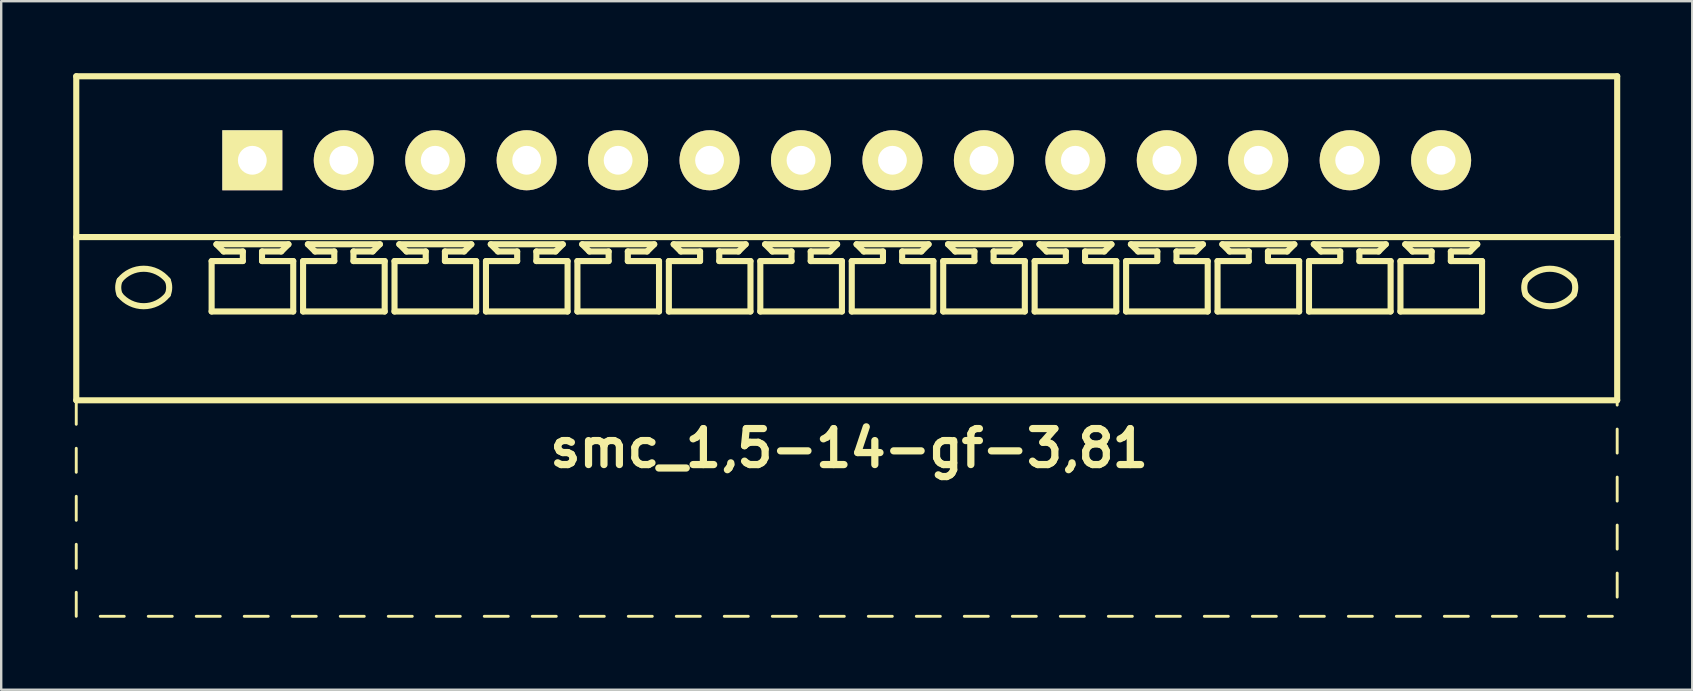
<source format=kicad_pcb>
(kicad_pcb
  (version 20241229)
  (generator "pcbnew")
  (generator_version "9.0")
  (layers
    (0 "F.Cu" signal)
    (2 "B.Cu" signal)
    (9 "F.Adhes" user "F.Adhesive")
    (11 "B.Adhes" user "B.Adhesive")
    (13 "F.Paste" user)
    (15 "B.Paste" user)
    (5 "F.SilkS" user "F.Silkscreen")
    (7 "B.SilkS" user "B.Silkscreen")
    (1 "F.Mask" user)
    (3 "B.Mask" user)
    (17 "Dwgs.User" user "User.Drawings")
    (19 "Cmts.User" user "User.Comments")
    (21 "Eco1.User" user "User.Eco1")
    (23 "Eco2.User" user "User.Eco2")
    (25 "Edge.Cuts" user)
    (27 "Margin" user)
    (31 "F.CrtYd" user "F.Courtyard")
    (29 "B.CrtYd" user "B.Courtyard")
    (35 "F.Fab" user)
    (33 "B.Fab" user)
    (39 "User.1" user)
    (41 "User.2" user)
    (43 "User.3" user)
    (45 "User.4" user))
  (footprint "smc_1,5-14-gf-3,81"
    (layer "F.Cu")
    (at 32.227 3.627)
    (property "Reference" "smc_1,5-14-gf-3,81" (at 0.1 12 0) (layer "F.SilkS") (effects (font (size 1.5 1.5) (thickness 0.3))))
    (attr through_hole)
    (fp_line (start -32.1 -3.5) (end -32.1 10) (stroke (width 0.254) (type solid)) (layer "F.SilkS"))
    (fp_line (start -32.1 -3.5) (end 32.1 -3.5) (stroke (width 0.254) (type solid)) (layer "F.SilkS"))
    (fp_line (start -32.1 3.2) (end 32.1 3.2) (stroke (width 0.254) (type solid)) (layer "F.SilkS"))
    (fp_line (start -32.1 10) (end -32.1 11) (stroke (width 0.12) (type solid)) (layer "F.SilkS"))
    (fp_line (start -32.1 10) (end 32.1 10) (stroke (width 0.254) (type solid)) (layer "F.SilkS"))
    (fp_line (start -32.1 12) (end -32.1 13) (stroke (width 0.12) (type solid)) (layer "F.SilkS"))
    (fp_line (start -32.1 14) (end -32.1 15) (stroke (width 0.12) (type solid)) (layer "F.SilkS"))
    (fp_line (start -32.1 16) (end -32.1 17) (stroke (width 0.12) (type solid)) (layer "F.SilkS"))
    (fp_line (start -32.1 18) (end -32.1 19) (stroke (width 0.12) (type solid)) (layer "F.SilkS"))
    (fp_line (start -31.1 19) (end -30.1 19) (stroke (width 0.12) (type solid)) (layer "F.SilkS"))
    (fp_line (start -29.1 19) (end -28.1 19) (stroke (width 0.12) (type solid)) (layer "F.SilkS"))
    (fp_line (start -27.1 19) (end -26.1 19) (stroke (width 0.12) (type solid)) (layer "F.SilkS"))
    (fp_line (start -26.46 4.2) (end -25.16 4.2) (stroke (width 0.254) (type solid)) (layer "F.SilkS"))
    (fp_line (start -26.46 6.3) (end -26.46 4.2) (stroke (width 0.254) (type solid)) (layer "F.SilkS"))
    (fp_line (start -26.26 3.5) (end -23.26 3.5) (stroke (width 0.254) (type solid)) (layer "F.SilkS"))
    (fp_line (start -25.96 3.8) (end -26.26 3.5) (stroke (width 0.254) (type solid)) (layer "F.SilkS"))
    (fp_line (start -25.16 3.8) (end -25.96 3.8) (stroke (width 0.254) (type solid)) (layer "F.SilkS"))
    (fp_line (start -25.16 4.2) (end -25.16 3.8) (stroke (width 0.254) (type solid)) (layer "F.SilkS"))
    (fp_line (start -25.1 19) (end -24.1 19) (stroke (width 0.12) (type solid)) (layer "F.SilkS"))
    (fp_line (start -24.36 3.8) (end -24.36 4.2) (stroke (width 0.254) (type solid)) (layer "F.SilkS"))
    (fp_line (start -24.36 4.2) (end -23.06 4.2) (stroke (width 0.254) (type solid)) (layer "F.SilkS"))
    (fp_line (start -23.56 3.8) (end -24.36 3.8) (stroke (width 0.254) (type solid)) (layer "F.SilkS"))
    (fp_line (start -23.56 3.8) (end -23.26 3.5) (stroke (width 0.254) (type solid)) (layer "F.SilkS"))
    (fp_line (start -23.1 19) (end -22.1 19) (stroke (width 0.12) (type solid)) (layer "F.SilkS"))
    (fp_line (start -23.06 4.2) (end -23.06 6.3) (stroke (width 0.254) (type solid)) (layer "F.SilkS"))
    (fp_line (start -23.06 6.3) (end -26.46 6.3) (stroke (width 0.254) (type solid)) (layer "F.SilkS"))
    (fp_line (start -22.65 4.2) (end -21.35 4.2) (stroke (width 0.254) (type solid)) (layer "F.SilkS"))
    (fp_line (start -22.65 6.3) (end -22.65 4.2) (stroke (width 0.254) (type solid)) (layer "F.SilkS"))
    (fp_line (start -22.45 3.5) (end -19.45 3.5) (stroke (width 0.254) (type solid)) (layer "F.SilkS"))
    (fp_line (start -22.15 3.8) (end -22.45 3.5) (stroke (width 0.254) (type solid)) (layer "F.SilkS"))
    (fp_line (start -21.35 3.8) (end -22.15 3.8) (stroke (width 0.254) (type solid)) (layer "F.SilkS"))
    (fp_line (start -21.35 4.2) (end -21.35 3.8) (stroke (width 0.254) (type solid)) (layer "F.SilkS"))
    (fp_line (start -21.1 19) (end -20.1 19) (stroke (width 0.12) (type solid)) (layer "F.SilkS"))
    (fp_line (start -20.55 3.8) (end -20.55 4.2) (stroke (width 0.254) (type solid)) (layer "F.SilkS"))
    (fp_line (start -20.55 4.2) (end -19.25 4.2) (stroke (width 0.254) (type solid)) (layer "F.SilkS"))
    (fp_line (start -19.75 3.8) (end -20.55 3.8) (stroke (width 0.254) (type solid)) (layer "F.SilkS"))
    (fp_line (start -19.75 3.8) (end -19.45 3.5) (stroke (width 0.254) (type solid)) (layer "F.SilkS"))
    (fp_line (start -19.25 4.2) (end -19.25 6.3) (stroke (width 0.254) (type solid)) (layer "F.SilkS"))
    (fp_line (start -19.25 6.3) (end -22.65 6.3) (stroke (width 0.254) (type solid)) (layer "F.SilkS"))
    (fp_line (start -19.1 19) (end -18.1 19) (stroke (width 0.12) (type solid)) (layer "F.SilkS"))
    (fp_line (start -18.84 4.2) (end -17.54 4.2) (stroke (width 0.254) (type solid)) (layer "F.SilkS"))
    (fp_line (start -18.84 6.3) (end -18.84 4.2) (stroke (width 0.254) (type solid)) (layer "F.SilkS"))
    (fp_line (start -18.64 3.5) (end -15.64 3.5) (stroke (width 0.254) (type solid)) (layer "F.SilkS"))
    (fp_line (start -18.34 3.8) (end -18.64 3.5) (stroke (width 0.254) (type solid)) (layer "F.SilkS"))
    (fp_line (start -17.54 3.8) (end -18.34 3.8) (stroke (width 0.254) (type solid)) (layer "F.SilkS"))
    (fp_line (start -17.54 4.2) (end -17.54 3.8) (stroke (width 0.254) (type solid)) (layer "F.SilkS"))
    (fp_line (start -17.1 19) (end -16.1 19) (stroke (width 0.12) (type solid)) (layer "F.SilkS"))
    (fp_line (start -16.74 3.8) (end -16.74 4.2) (stroke (width 0.254) (type solid)) (layer "F.SilkS"))
    (fp_line (start -16.74 4.2) (end -15.44 4.2) (stroke (width 0.254) (type solid)) (layer "F.SilkS"))
    (fp_line (start -15.94 3.8) (end -16.74 3.8) (stroke (width 0.254) (type solid)) (layer "F.SilkS"))
    (fp_line (start -15.94 3.8) (end -15.64 3.5) (stroke (width 0.254) (type solid)) (layer "F.SilkS"))
    (fp_line (start -15.44 4.2) (end -15.44 6.3) (stroke (width 0.254) (type solid)) (layer "F.SilkS"))
    (fp_line (start -15.44 6.3) (end -18.84 6.3) (stroke (width 0.254) (type solid)) (layer "F.SilkS"))
    (fp_line (start -15.1 19) (end -14.1 19) (stroke (width 0.12) (type solid)) (layer "F.SilkS"))
    (fp_line (start -15.03 4.2) (end -13.73 4.2) (stroke (width 0.254) (type solid)) (layer "F.SilkS"))
    (fp_line (start -15.03 6.3) (end -15.03 4.2) (stroke (width 0.254) (type solid)) (layer "F.SilkS"))
    (fp_line (start -14.83 3.5) (end -11.83 3.5) (stroke (width 0.254) (type solid)) (layer "F.SilkS"))
    (fp_line (start -14.53 3.8) (end -14.83 3.5) (stroke (width 0.254) (type solid)) (layer "F.SilkS"))
    (fp_line (start -13.73 3.8) (end -14.53 3.8) (stroke (width 0.254) (type solid)) (layer "F.SilkS"))
    (fp_line (start -13.73 4.2) (end -13.73 3.8) (stroke (width 0.254) (type solid)) (layer "F.SilkS"))
    (fp_line (start -13.1 19) (end -12.1 19) (stroke (width 0.12) (type solid)) (layer "F.SilkS"))
    (fp_line (start -12.93 3.8) (end -12.93 4.2) (stroke (width 0.254) (type solid)) (layer "F.SilkS"))
    (fp_line (start -12.93 4.2) (end -11.63 4.2) (stroke (width 0.254) (type solid)) (layer "F.SilkS"))
    (fp_line (start -12.13 3.8) (end -12.93 3.8) (stroke (width 0.254) (type solid)) (layer "F.SilkS"))
    (fp_line (start -12.13 3.8) (end -11.83 3.5) (stroke (width 0.254) (type solid)) (layer "F.SilkS"))
    (fp_line (start -11.63 4.2) (end -11.63 6.3) (stroke (width 0.254) (type solid)) (layer "F.SilkS"))
    (fp_line (start -11.63 6.3) (end -15.03 6.3) (stroke (width 0.254) (type solid)) (layer "F.SilkS"))
    (fp_line (start -11.22 4.2) (end -9.92 4.2) (stroke (width 0.254) (type solid)) (layer "F.SilkS"))
    (fp_line (start -11.22 6.3) (end -11.22 4.2) (stroke (width 0.254) (type solid)) (layer "F.SilkS"))
    (fp_line (start -11.1 19) (end -10.1 19) (stroke (width 0.12) (type solid)) (layer "F.SilkS"))
    (fp_line (start -11.02 3.5) (end -8.02 3.5) (stroke (width 0.254) (type solid)) (layer "F.SilkS"))
    (fp_line (start -10.72 3.8) (end -11.02 3.5) (stroke (width 0.254) (type solid)) (layer "F.SilkS"))
    (fp_line (start -9.92 3.8) (end -10.72 3.8) (stroke (width 0.254) (type solid)) (layer "F.SilkS"))
    (fp_line (start -9.92 4.2) (end -9.92 3.8) (stroke (width 0.254) (type solid)) (layer "F.SilkS"))
    (fp_line (start -9.12 3.8) (end -9.12 4.2) (stroke (width 0.254) (type solid)) (layer "F.SilkS"))
    (fp_line (start -9.12 4.2) (end -7.82 4.2) (stroke (width 0.254) (type solid)) (layer "F.SilkS"))
    (fp_line (start -9.1 19) (end -8.1 19) (stroke (width 0.12) (type solid)) (layer "F.SilkS"))
    (fp_line (start -8.32 3.8) (end -9.12 3.8) (stroke (width 0.254) (type solid)) (layer "F.SilkS"))
    (fp_line (start -8.32 3.8) (end -8.02 3.5) (stroke (width 0.254) (type solid)) (layer "F.SilkS"))
    (fp_line (start -7.82 4.2) (end -7.82 6.3) (stroke (width 0.254) (type solid)) (layer "F.SilkS"))
    (fp_line (start -7.82 6.3) (end -11.22 6.3) (stroke (width 0.254) (type solid)) (layer "F.SilkS"))
    (fp_line (start -7.41 4.2) (end -6.11 4.2) (stroke (width 0.254) (type solid)) (layer "F.SilkS"))
    (fp_line (start -7.41 6.3) (end -7.41 4.2) (stroke (width 0.254) (type solid)) (layer "F.SilkS"))
    (fp_line (start -7.21 3.5) (end -4.21 3.5) (stroke (width 0.254) (type solid)) (layer "F.SilkS"))
    (fp_line (start -7.1 19) (end -6.1 19) (stroke (width 0.12) (type solid)) (layer "F.SilkS"))
    (fp_line (start -6.91 3.8) (end -7.21 3.5) (stroke (width 0.254) (type solid)) (layer "F.SilkS"))
    (fp_line (start -6.11 3.8) (end -6.91 3.8) (stroke (width 0.254) (type solid)) (layer "F.SilkS"))
    (fp_line (start -6.11 4.2) (end -6.11 3.8) (stroke (width 0.254) (type solid)) (layer "F.SilkS"))
    (fp_line (start -5.31 3.8) (end -5.31 4.2) (stroke (width 0.254) (type solid)) (layer "F.SilkS"))
    (fp_line (start -5.31 4.2) (end -4.01 4.2) (stroke (width 0.254) (type solid)) (layer "F.SilkS"))
    (fp_line (start -5.1 19) (end -4.1 19) (stroke (width 0.12) (type solid)) (layer "F.SilkS"))
    (fp_line (start -4.51 3.8) (end -5.31 3.8) (stroke (width 0.254) (type solid)) (layer "F.SilkS"))
    (fp_line (start -4.51 3.8) (end -4.21 3.5) (stroke (width 0.254) (type solid)) (layer "F.SilkS"))
    (fp_line (start -4.01 4.2) (end -4.01 6.3) (stroke (width 0.254) (type solid)) (layer "F.SilkS"))
    (fp_line (start -4.01 6.3) (end -7.41 6.3) (stroke (width 0.254) (type solid)) (layer "F.SilkS"))
    (fp_line (start -3.6 4.2) (end -2.3 4.2) (stroke (width 0.254) (type solid)) (layer "F.SilkS"))
    (fp_line (start -3.6 6.3) (end -3.6 4.2) (stroke (width 0.254) (type solid)) (layer "F.SilkS"))
    (fp_line (start -3.4 3.5) (end -0.4 3.5) (stroke (width 0.254) (type solid)) (layer "F.SilkS"))
    (fp_line (start -3.1 3.8) (end -3.4 3.5) (stroke (width 0.254) (type solid)) (layer "F.SilkS"))
    (fp_line (start -3.1 19) (end -2.1 19) (stroke (width 0.12) (type solid)) (layer "F.SilkS"))
    (fp_line (start -2.3 3.8) (end -3.1 3.8) (stroke (width 0.254) (type solid)) (layer "F.SilkS"))
    (fp_line (start -2.3 4.2) (end -2.3 3.8) (stroke (width 0.254) (type solid)) (layer "F.SilkS"))
    (fp_line (start -1.5 3.8) (end -1.5 4.2) (stroke (width 0.254) (type solid)) (layer "F.SilkS"))
    (fp_line (start -1.5 4.2) (end -0.2 4.2) (stroke (width 0.254) (type solid)) (layer "F.SilkS"))
    (fp_line (start -1.1 19) (end -0.1 19) (stroke (width 0.12) (type solid)) (layer "F.SilkS"))
    (fp_line (start -0.7 3.8) (end -1.5 3.8) (stroke (width 0.254) (type solid)) (layer "F.SilkS"))
    (fp_line (start -0.7 3.8) (end -0.4 3.5) (stroke (width 0.254) (type solid)) (layer "F.SilkS"))
    (fp_line (start -0.2 4.2) (end -0.2 6.3) (stroke (width 0.254) (type solid)) (layer "F.SilkS"))
    (fp_line (start -0.2 6.3) (end -3.6 6.3) (stroke (width 0.254) (type solid)) (layer "F.SilkS"))
    (fp_line (start 0.21 4.2) (end 1.51 4.2) (stroke (width 0.254) (type solid)) (layer "F.SilkS"))
    (fp_line (start 0.21 6.3) (end 0.21 4.2) (stroke (width 0.254) (type solid)) (layer "F.SilkS"))
    (fp_line (start 0.41 3.5) (end 3.41 3.5) (stroke (width 0.254) (type solid)) (layer "F.SilkS"))
    (fp_line (start 0.71 3.8) (end 0.41 3.5) (stroke (width 0.254) (type solid)) (layer "F.SilkS"))
    (fp_line (start 0.9 19) (end 1.9 19) (stroke (width 0.12) (type solid)) (layer "F.SilkS"))
    (fp_line (start 1.51 3.8) (end 0.71 3.8) (stroke (width 0.254) (type solid)) (layer "F.SilkS"))
    (fp_line (start 1.51 4.2) (end 1.51 3.8) (stroke (width 0.254) (type solid)) (layer "F.SilkS"))
    (fp_line (start 2.31 3.8) (end 2.31 4.2) (stroke (width 0.254) (type solid)) (layer "F.SilkS"))
    (fp_line (start 2.31 4.2) (end 3.61 4.2) (stroke (width 0.254) (type solid)) (layer "F.SilkS"))
    (fp_line (start 2.9 19) (end 3.9 19) (stroke (width 0.12) (type solid)) (layer "F.SilkS"))
    (fp_line (start 3.11 3.8) (end 2.31 3.8) (stroke (width 0.254) (type solid)) (layer "F.SilkS"))
    (fp_line (start 3.11 3.8) (end 3.41 3.5) (stroke (width 0.254) (type solid)) (layer "F.SilkS"))
    (fp_line (start 3.61 4.2) (end 3.61 6.3) (stroke (width 0.254) (type solid)) (layer "F.SilkS"))
    (fp_line (start 3.61 6.3) (end 0.21 6.3) (stroke (width 0.254) (type solid)) (layer "F.SilkS"))
    (fp_line (start 4.02 4.2) (end 5.32 4.2) (stroke (width 0.254) (type solid)) (layer "F.SilkS"))
    (fp_line (start 4.02 6.3) (end 4.02 4.2) (stroke (width 0.254) (type solid)) (layer "F.SilkS"))
    (fp_line (start 4.22 3.5) (end 7.22 3.5) (stroke (width 0.254) (type solid)) (layer "F.SilkS"))
    (fp_line (start 4.52 3.8) (end 4.22 3.5) (stroke (width 0.254) (type solid)) (layer "F.SilkS"))
    (fp_line (start 4.9 19) (end 5.9 19) (stroke (width 0.12) (type solid)) (layer "F.SilkS"))
    (fp_line (start 5.32 3.8) (end 4.52 3.8) (stroke (width 0.254) (type solid)) (layer "F.SilkS"))
    (fp_line (start 5.32 4.2) (end 5.32 3.8) (stroke (width 0.254) (type solid)) (layer "F.SilkS"))
    (fp_line (start 6.12 3.8) (end 6.12 4.2) (stroke (width 0.254) (type solid)) (layer "F.SilkS"))
    (fp_line (start 6.12 4.2) (end 7.42 4.2) (stroke (width 0.254) (type solid)) (layer "F.SilkS"))
    (fp_line (start 6.9 19) (end 7.9 19) (stroke (width 0.12) (type solid)) (layer "F.SilkS"))
    (fp_line (start 6.92 3.8) (end 6.12 3.8) (stroke (width 0.254) (type solid)) (layer "F.SilkS"))
    (fp_line (start 6.92 3.8) (end 7.22 3.5) (stroke (width 0.254) (type solid)) (layer "F.SilkS"))
    (fp_line (start 7.42 4.2) (end 7.42 6.3) (stroke (width 0.254) (type solid)) (layer "F.SilkS"))
    (fp_line (start 7.42 6.3) (end 4.02 6.3) (stroke (width 0.254) (type solid)) (layer "F.SilkS"))
    (fp_line (start 7.83 4.2) (end 9.13 4.2) (stroke (width 0.254) (type solid)) (layer "F.SilkS"))
    (fp_line (start 7.83 6.3) (end 7.83 4.2) (stroke (width 0.254) (type solid)) (layer "F.SilkS"))
    (fp_line (start 8.03 3.5) (end 11.03 3.5) (stroke (width 0.254) (type solid)) (layer "F.SilkS"))
    (fp_line (start 8.33 3.8) (end 8.03 3.5) (stroke (width 0.254) (type solid)) (layer "F.SilkS"))
    (fp_line (start 8.9 19) (end 9.9 19) (stroke (width 0.12) (type solid)) (layer "F.SilkS"))
    (fp_line (start 9.13 3.8) (end 8.33 3.8) (stroke (width 0.254) (type solid)) (layer "F.SilkS"))
    (fp_line (start 9.13 4.2) (end 9.13 3.8) (stroke (width 0.254) (type solid)) (layer "F.SilkS"))
    (fp_line (start 9.93 3.8) (end 9.93 4.2) (stroke (width 0.254) (type solid)) (layer "F.SilkS"))
    (fp_line (start 9.93 4.2) (end 11.23 4.2) (stroke (width 0.254) (type solid)) (layer "F.SilkS"))
    (fp_line (start 10.73 3.8) (end 9.93 3.8) (stroke (width 0.254) (type solid)) (layer "F.SilkS"))
    (fp_line (start 10.73 3.8) (end 11.03 3.5) (stroke (width 0.254) (type solid)) (layer "F.SilkS"))
    (fp_line (start 10.9 19) (end 11.9 19) (stroke (width 0.12) (type solid)) (layer "F.SilkS"))
    (fp_line (start 11.23 4.2) (end 11.23 6.3) (stroke (width 0.254) (type solid)) (layer "F.SilkS"))
    (fp_line (start 11.23 6.3) (end 7.83 6.3) (stroke (width 0.254) (type solid)) (layer "F.SilkS"))
    (fp_line (start 11.64 4.2) (end 12.94 4.2) (stroke (width 0.254) (type solid)) (layer "F.SilkS"))
    (fp_line (start 11.64 6.3) (end 11.64 4.2) (stroke (width 0.254) (type solid)) (layer "F.SilkS"))
    (fp_line (start 11.84 3.5) (end 14.84 3.5) (stroke (width 0.254) (type solid)) (layer "F.SilkS"))
    (fp_line (start 12.14 3.8) (end 11.84 3.5) (stroke (width 0.254) (type solid)) (layer "F.SilkS"))
    (fp_line (start 12.9 19) (end 13.9 19) (stroke (width 0.12) (type solid)) (layer "F.SilkS"))
    (fp_line (start 12.94 3.8) (end 12.14 3.8) (stroke (width 0.254) (type solid)) (layer "F.SilkS"))
    (fp_line (start 12.94 4.2) (end 12.94 3.8) (stroke (width 0.254) (type solid)) (layer "F.SilkS"))
    (fp_line (start 13.74 3.8) (end 13.74 4.2) (stroke (width 0.254) (type solid)) (layer "F.SilkS"))
    (fp_line (start 13.74 4.2) (end 15.04 4.2) (stroke (width 0.254) (type solid)) (layer "F.SilkS"))
    (fp_line (start 14.54 3.8) (end 13.74 3.8) (stroke (width 0.254) (type solid)) (layer "F.SilkS"))
    (fp_line (start 14.54 3.8) (end 14.84 3.5) (stroke (width 0.254) (type solid)) (layer "F.SilkS"))
    (fp_line (start 14.9 19) (end 15.9 19) (stroke (width 0.12) (type solid)) (layer "F.SilkS"))
    (fp_line (start 15.04 4.2) (end 15.04 6.3) (stroke (width 0.254) (type solid)) (layer "F.SilkS"))
    (fp_line (start 15.04 6.3) (end 11.64 6.3) (stroke (width 0.254) (type solid)) (layer "F.SilkS"))
    (fp_line (start 15.45 4.2) (end 16.75 4.2) (stroke (width 0.254) (type solid)) (layer "F.SilkS"))
    (fp_line (start 15.45 6.3) (end 15.45 4.2) (stroke (width 0.254) (type solid)) (layer "F.SilkS"))
    (fp_line (start 15.65 3.5) (end 18.65 3.5) (stroke (width 0.254) (type solid)) (layer "F.SilkS"))
    (fp_line (start 15.95 3.8) (end 15.65 3.5) (stroke (width 0.254) (type solid)) (layer "F.SilkS"))
    (fp_line (start 16.75 3.8) (end 15.95 3.8) (stroke (width 0.254) (type solid)) (layer "F.SilkS"))
    (fp_line (start 16.75 4.2) (end 16.75 3.8) (stroke (width 0.254) (type solid)) (layer "F.SilkS"))
    (fp_line (start 16.9 19) (end 17.9 19) (stroke (width 0.12) (type solid)) (layer "F.SilkS"))
    (fp_line (start 17.55 3.8) (end 17.55 4.2) (stroke (width 0.254) (type solid)) (layer "F.SilkS"))
    (fp_line (start 17.55 4.2) (end 18.85 4.2) (stroke (width 0.254) (type solid)) (layer "F.SilkS"))
    (fp_line (start 18.35 3.8) (end 17.55 3.8) (stroke (width 0.254) (type solid)) (layer "F.SilkS"))
    (fp_line (start 18.35 3.8) (end 18.65 3.5) (stroke (width 0.254) (type solid)) (layer "F.SilkS"))
    (fp_line (start 18.85 4.2) (end 18.85 6.3) (stroke (width 0.254) (type solid)) (layer "F.SilkS"))
    (fp_line (start 18.85 6.3) (end 15.45 6.3) (stroke (width 0.254) (type solid)) (layer "F.SilkS"))
    (fp_line (start 18.9 19) (end 19.9 19) (stroke (width 0.12) (type solid)) (layer "F.SilkS"))
    (fp_line (start 19.26 4.2) (end 20.56 4.2) (stroke (width 0.254) (type solid)) (layer "F.SilkS"))
    (fp_line (start 19.26 6.3) (end 19.26 4.2) (stroke (width 0.254) (type solid)) (layer "F.SilkS"))
    (fp_line (start 19.46 3.5) (end 22.46 3.5) (stroke (width 0.254) (type solid)) (layer "F.SilkS"))
    (fp_line (start 19.76 3.8) (end 19.46 3.5) (stroke (width 0.254) (type solid)) (layer "F.SilkS"))
    (fp_line (start 20.56 3.8) (end 19.76 3.8) (stroke (width 0.254) (type solid)) (layer "F.SilkS"))
    (fp_line (start 20.56 4.2) (end 20.56 3.8) (stroke (width 0.254) (type solid)) (layer "F.SilkS"))
    (fp_line (start 20.9 19) (end 21.9 19) (stroke (width 0.12) (type solid)) (layer "F.SilkS"))
    (fp_line (start 21.36 3.8) (end 21.36 4.2) (stroke (width 0.254) (type solid)) (layer "F.SilkS"))
    (fp_line (start 21.36 4.2) (end 22.66 4.2) (stroke (width 0.254) (type solid)) (layer "F.SilkS"))
    (fp_line (start 22.16 3.8) (end 21.36 3.8) (stroke (width 0.254) (type solid)) (layer "F.SilkS"))
    (fp_line (start 22.16 3.8) (end 22.46 3.5) (stroke (width 0.254) (type solid)) (layer "F.SilkS"))
    (fp_line (start 22.66 4.2) (end 22.66 6.3) (stroke (width 0.254) (type solid)) (layer "F.SilkS"))
    (fp_line (start 22.66 6.3) (end 19.26 6.3) (stroke (width 0.254) (type solid)) (layer "F.SilkS"))
    (fp_line (start 22.9 19) (end 23.9 19) (stroke (width 0.12) (type solid)) (layer "F.SilkS"))
    (fp_line (start 23.07 4.2) (end 24.37 4.2) (stroke (width 0.254) (type solid)) (layer "F.SilkS"))
    (fp_line (start 23.07 6.3) (end 23.07 4.2) (stroke (width 0.254) (type solid)) (layer "F.SilkS"))
    (fp_line (start 23.27 3.5) (end 26.27 3.5) (stroke (width 0.254) (type solid)) (layer "F.SilkS"))
    (fp_line (start 23.57 3.8) (end 23.27 3.5) (stroke (width 0.254) (type solid)) (layer "F.SilkS"))
    (fp_line (start 24.37 3.8) (end 23.57 3.8) (stroke (width 0.254) (type solid)) (layer "F.SilkS"))
    (fp_line (start 24.37 4.2) (end 24.37 3.8) (stroke (width 0.254) (type solid)) (layer "F.SilkS"))
    (fp_line (start 24.9 19) (end 25.9 19) (stroke (width 0.12) (type solid)) (layer "F.SilkS"))
    (fp_line (start 25.17 3.8) (end 25.17 4.2) (stroke (width 0.254) (type solid)) (layer "F.SilkS"))
    (fp_line (start 25.17 4.2) (end 26.47 4.2) (stroke (width 0.254) (type solid)) (layer "F.SilkS"))
    (fp_line (start 25.97 3.8) (end 25.17 3.8) (stroke (width 0.254) (type solid)) (layer "F.SilkS"))
    (fp_line (start 25.97 3.8) (end 26.27 3.5) (stroke (width 0.254) (type solid)) (layer "F.SilkS"))
    (fp_line (start 26.47 4.2) (end 26.47 6.3) (stroke (width 0.254) (type solid)) (layer "F.SilkS"))
    (fp_line (start 26.47 6.3) (end 23.07 6.3) (stroke (width 0.254) (type solid)) (layer "F.SilkS"))
    (fp_line (start 26.9 19) (end 27.9 19) (stroke (width 0.12) (type solid)) (layer "F.SilkS"))
    (fp_line (start 28.9 19) (end 29.9 19) (stroke (width 0.12) (type solid)) (layer "F.SilkS"))
    (fp_line (start 30.9 19) (end 31.9 19) (stroke (width 0.12) (type solid)) (layer "F.SilkS"))
    (fp_line (start 32.1 -3.5) (end 32.1 10) (stroke (width 0.254) (type solid)) (layer "F.SilkS"))
    (fp_line (start 32.1 10.2) (end 32.1 10) (stroke (width 0.12) (type solid)) (layer "F.SilkS"))
    (fp_line (start 32.1 12.2) (end 32.1 11.2) (stroke (width 0.12) (type solid)) (layer "F.SilkS"))
    (fp_line (start 32.1 14.2) (end 32.1 13.2) (stroke (width 0.12) (type solid)) (layer "F.SilkS"))
    (fp_line (start 32.1 15.2) (end 32.1 16.2) (stroke (width 0.12) (type solid)) (layer "F.SilkS"))
    (fp_line (start 32.1 17.2) (end 32.1 18.2) (stroke (width 0.12) (type solid)) (layer "F.SilkS"))
    (fp_arc (start -30.290274 5.000342) (mid -29.290219 4.519375) (end -28.29 5) (stroke (width 0.254) (type solid)) (layer "F.SilkS"))
    (fp_arc (start -30.289985 5.600034) (mid -30.351577 5.300019) (end -30.29 5) (stroke (width 0.254) (type solid)) (layer "F.SilkS"))
    (fp_arc (start -28.290015 4.999966) (mid -28.228423 5.299981) (end -28.29 5.6) (stroke (width 0.254) (type solid)) (layer "F.SilkS"))
    (fp_arc (start -28.289726 5.599658) (mid -29.289781 6.080625) (end -30.29 5.6) (stroke (width 0.254) (type solid)) (layer "F.SilkS"))
    (fp_arc (start 28.289726 5.000342) (mid 29.289781 4.519375) (end 30.29 5) (stroke (width 0.254) (type solid)) (layer "F.SilkS"))
    (fp_arc (start 28.290015 5.600034) (mid 28.228423 5.300019) (end 28.29 5) (stroke (width 0.254) (type solid)) (layer "F.SilkS"))
    (fp_arc (start 30.289985 4.999966) (mid 30.351577 5.299981) (end 30.29 5.6) (stroke (width 0.254) (type solid)) (layer "F.SilkS"))
    (fp_arc (start 30.290274 5.599658) (mid 29.290219 6.080625) (end 28.29 5.6) (stroke (width 0.254) (type solid)) (layer "F.SilkS"))
    (pad "1" thru_hole rect (at -24.765 0) (size 2.5 2.5) (drill 1.2) (layers "*.Cu" "*.Mask" "F.SilkS"))
    (pad "2" thru_hole circle (at -20.955 0) (size 2.5 2.5) (drill 1.2) (layers "*.Cu" "*.Mask" "F.SilkS"))
    (pad "3" thru_hole circle (at -17.145 0) (size 2.5 2.5) (drill 1.2) (layers "*.Cu" "*.Mask" "F.SilkS"))
    (pad "4" thru_hole circle (at -13.335 0) (size 2.5 2.5) (drill 1.2) (layers "*.Cu" "*.Mask" "F.SilkS"))
    (pad "5" thru_hole circle (at -9.525 0) (size 2.5 2.5) (drill 1.2) (layers "*.Cu" "*.Mask" "F.SilkS"))
    (pad "6" thru_hole circle (at -5.715 0) (size 2.5 2.5) (drill 1.2) (layers "*.Cu" "*.Mask" "F.SilkS"))
    (pad "7" thru_hole circle (at -1.905 0) (size 2.5 2.5) (drill 1.2) (layers "*.Cu" "*.Mask" "F.SilkS"))
    (pad "8" thru_hole circle (at 1.905 0) (size 2.5 2.5) (drill 1.2) (layers "*.Cu" "*.Mask" "F.SilkS"))
    (pad "9" thru_hole circle (at 5.715 0) (size 2.5 2.5) (drill 1.2) (layers "*.Cu" "*.Mask" "F.SilkS"))
    (pad "10" thru_hole circle (at 9.525 0) (size 2.5 2.5) (drill 1.2) (layers "*.Cu" "*.Mask" "F.SilkS"))
    (pad "11" thru_hole circle (at 13.335 0) (size 2.5 2.5) (drill 1.2) (layers "*.Cu" "*.Mask" "F.SilkS"))
    (pad "12" thru_hole circle (at 17.145 0) (size 2.5 2.5) (drill 1.2) (layers "*.Cu" "*.Mask" "F.SilkS"))
    (pad "13" thru_hole circle (at 20.955 0) (size 2.5 2.5) (drill 1.2) (layers "*.Cu" "*.Mask" "F.SilkS"))
    (pad "14" thru_hole circle (at 24.765 0) (size 2.5 2.5) (drill 1.2) (layers "*.Cu" "*.Mask" "F.SilkS")))
  (gr_rect
    (start -3 -3)
    (end 67.454 25.687)
    (stroke (width 0.1) (type default))
    (fill no)
    (layer "Edge.Cuts")))
</source>
